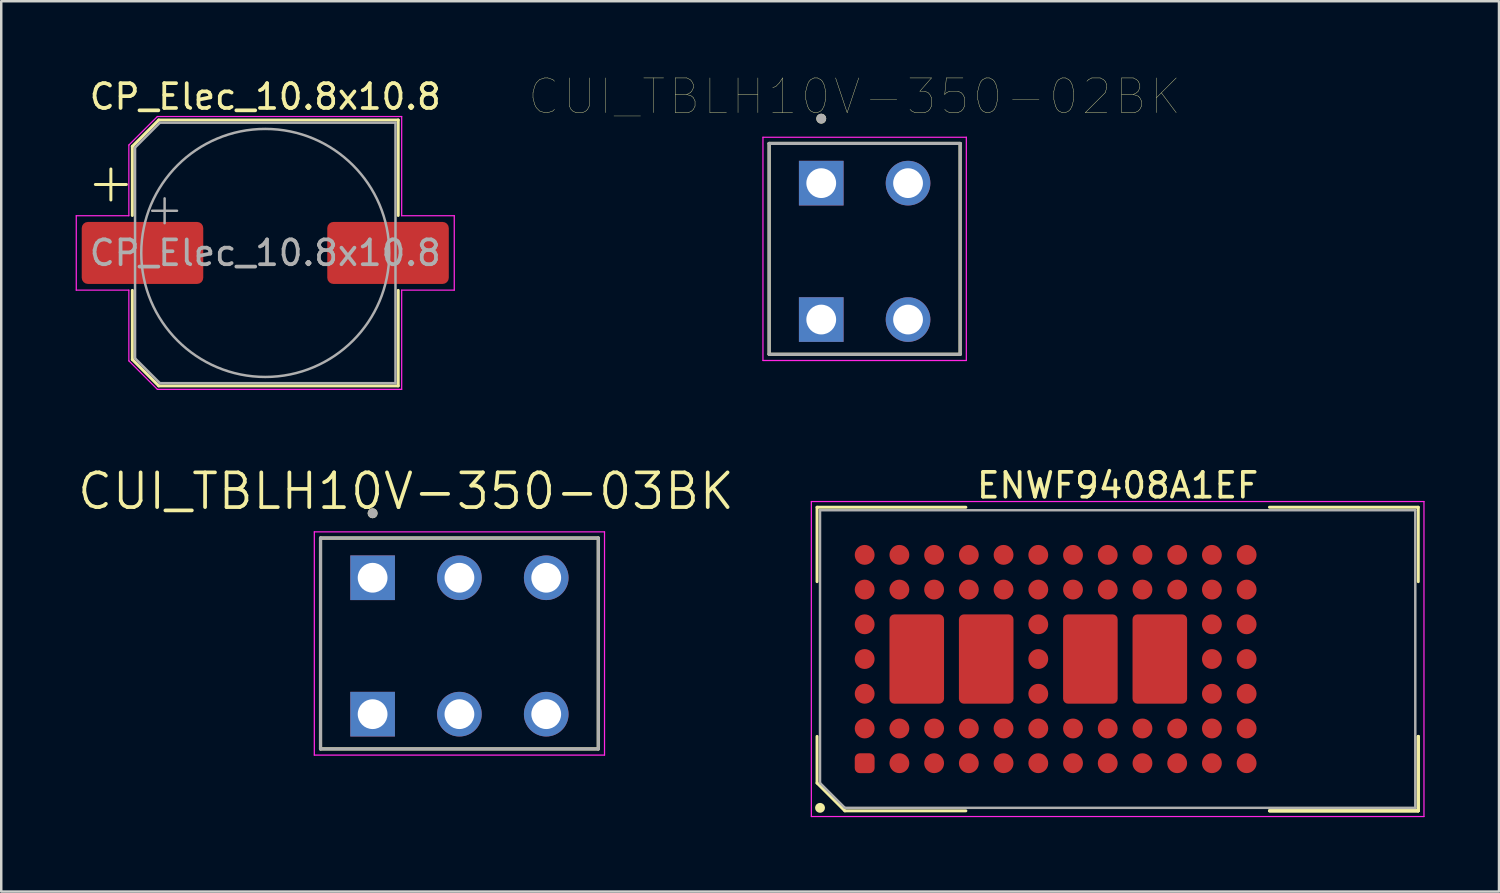
<source format=kicad_pcb>
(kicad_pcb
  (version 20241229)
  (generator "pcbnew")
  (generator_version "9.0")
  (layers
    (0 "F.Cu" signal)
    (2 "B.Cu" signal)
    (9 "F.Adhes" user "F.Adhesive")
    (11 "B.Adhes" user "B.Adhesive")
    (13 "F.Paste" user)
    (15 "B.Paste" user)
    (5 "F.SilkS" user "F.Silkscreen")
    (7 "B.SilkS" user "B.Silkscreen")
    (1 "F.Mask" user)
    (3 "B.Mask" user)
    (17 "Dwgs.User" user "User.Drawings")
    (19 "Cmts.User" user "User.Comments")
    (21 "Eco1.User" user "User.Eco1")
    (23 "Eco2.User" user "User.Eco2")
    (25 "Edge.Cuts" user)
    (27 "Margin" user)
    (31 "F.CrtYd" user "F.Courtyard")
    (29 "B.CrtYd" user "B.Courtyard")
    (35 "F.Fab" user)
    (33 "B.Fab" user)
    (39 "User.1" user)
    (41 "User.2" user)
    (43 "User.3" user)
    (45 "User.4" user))
  (footprint "CUI_TBLH10V-350-03BK"
    (layer "F.Cu")
    (at 11.973 20.244)
    (property "Reference" "CUI_TBLH10V-350-03BK" (at 1.345 -3.489 0) (layer "F.SilkS") (effects (font (size 1.4 1.4) (thickness 0.15))))
    (attr through_hole)
    (fp_line (start -2.1 -1.6) (end 9.1 -1.6) (stroke (width 0.127) (type solid)) (layer "F.SilkS"))
    (fp_line (start -2.1 6.9) (end -2.1 -1.6) (stroke (width 0.127) (type solid)) (layer "F.SilkS"))
    (fp_line (start 9.1 -1.6) (end 9.1 6.9) (stroke (width 0.127) (type solid)) (layer "F.SilkS"))
    (fp_line (start 9.1 6.9) (end -2.1 6.9) (stroke (width 0.127) (type solid)) (layer "F.SilkS"))
    (fp_circle (center 0 -2.6) (end 0.1 -2.6) (stroke (width 0.2) (type solid)) (fill no) (layer "F.SilkS"))
    (fp_line (start -2.35 -1.85) (end 9.35 -1.85) (stroke (width 0.05) (type solid)) (layer "F.CrtYd"))
    (fp_line (start -2.35 7.15) (end -2.35 -1.85) (stroke (width 0.05) (type solid)) (layer "F.CrtYd"))
    (fp_line (start 9.35 -1.85) (end 9.35 7.15) (stroke (width 0.05) (type solid)) (layer "F.CrtYd"))
    (fp_line (start 9.35 7.15) (end -2.35 7.15) (stroke (width 0.05) (type solid)) (layer "F.CrtYd"))
    (fp_line (start -2.1 -1.6) (end 9.1 -1.6) (stroke (width 0.127) (type solid)) (layer "F.Fab"))
    (fp_line (start -2.1 6.9) (end -2.1 -1.6) (stroke (width 0.127) (type solid)) (layer "F.Fab"))
    (fp_line (start 9.1 -1.6) (end 9.1 6.9) (stroke (width 0.127) (type solid)) (layer "F.Fab"))
    (fp_line (start 9.1 6.9) (end -2.1 6.9) (stroke (width 0.127) (type solid)) (layer "F.Fab"))
    (fp_circle (center 0 -2.6) (end 0.1 -2.6) (stroke (width 0.2) (type solid)) (fill no) (layer "F.Fab"))
    (pad "1" thru_hole rect (at 0 0) (size 1.8 1.8) (drill 1.2) (layers "*.Cu" "*.Mask"))
    (pad "1" thru_hole rect (at 0 5.5) (size 1.8 1.8) (drill 1.2) (layers "*.Cu" "*.Mask"))
    (pad "2" thru_hole circle (at 3.5 0) (size 1.8 1.8) (drill 1.2) (layers "*.Cu" "*.Mask"))
    (pad "2" thru_hole circle (at 3.5 5.5) (size 1.8 1.8) (drill 1.2) (layers "*.Cu" "*.Mask"))
    (pad "3" thru_hole circle (at 7 0) (size 1.8 1.8) (drill 1.2) (layers "*.Cu" "*.Mask"))
    (pad "3" thru_hole circle (at 7 5.5) (size 1.8 1.8) (drill 1.2) (layers "*.Cu" "*.Mask")))
  (footprint "ENWF9408A1EF"
    (layer "F.Cu")
    (at 42.012 23.521)
    (property "Reference" "ENWF9408A1EF" (at 0 -7 0) (layer "F.SilkS") (effects (font (size 1 1) (thickness 0.15))))
    (attr through_hole)
    (fp_line (start -12.12 -6.12) (end -12.12 -3.12) (stroke (width 0.12) (type solid)) (layer "F.SilkS"))
    (fp_line (start -12.12 5) (end -12.12 3.12) (stroke (width 0.12) (type solid)) (layer "F.SilkS"))
    (fp_line (start -11 6.12) (end -12.12 5) (stroke (width 0.12) (type solid)) (layer "F.SilkS"))
    (fp_line (start -6.12 -6.12) (end -12.12 -6.12) (stroke (width 0.12) (type solid)) (layer "F.SilkS"))
    (fp_line (start -6.12 6.12) (end -11 6.12) (stroke (width 0.12) (type solid)) (layer "F.SilkS"))
    (fp_line (start 6.12 -6.12) (end 12.12 -6.12) (stroke (width 0.12) (type solid)) (layer "F.SilkS"))
    (fp_line (start 6.12 6.12) (end 12.12 6.12) (stroke (width 0.12) (type solid)) (layer "F.SilkS"))
    (fp_line (start 6.12 6.12) (end 12.12 6.12) (stroke (width 0.12) (type solid)) (layer "F.SilkS"))
    (fp_line (start 6.12 6.12) (end 12.12 6.12) (stroke (width 0.12) (type solid)) (layer "F.SilkS"))
    (fp_line (start 12.12 -6.12) (end 12.12 -3.12) (stroke (width 0.12) (type solid)) (layer "F.SilkS"))
    (fp_line (start 12.12 6.12) (end 12.12 3.12) (stroke (width 0.12) (type solid)) (layer "F.SilkS"))
    (fp_line (start 12.12 6.12) (end 12.12 3.12) (stroke (width 0.12) (type solid)) (layer "F.SilkS"))
    (fp_line (start 12.12 6.12) (end 12.12 3.12) (stroke (width 0.12) (type solid)) (layer "F.SilkS"))
    (fp_circle (center -12 6) (end -12 5.9) (stroke (width 0.2) (type solid)) (fill no) (layer "F.SilkS"))
    (fp_line (start -12.35 -6.35) (end -12.35 6.35) (stroke (width 0.05) (type solid)) (layer "F.CrtYd"))
    (fp_line (start -12.35 6.35) (end 12.35 6.35) (stroke (width 0.05) (type solid)) (layer "F.CrtYd"))
    (fp_line (start 12.35 -6.35) (end -12.35 -6.35) (stroke (width 0.05) (type solid)) (layer "F.CrtYd"))
    (fp_line (start 12.35 6.35) (end 12.35 -6.35) (stroke (width 0.05) (type solid)) (layer "F.CrtYd"))
    (fp_line (start -12 -6) (end 12 -6) (stroke (width 0.1) (type solid)) (layer "F.Fab"))
    (fp_line (start -12 5) (end -12 -6) (stroke (width 0.1) (type solid)) (layer "F.Fab"))
    (fp_line (start -11 6) (end -12 5) (stroke (width 0.1) (type solid)) (layer "F.Fab"))
    (fp_line (start 12 -6) (end 12 6) (stroke (width 0.1) (type solid)) (layer "F.Fab"))
    (fp_line (start 12 6) (end -11 6) (stroke (width 0.1) (type solid)) (layer "F.Fab"))
    (pad "A1" smd roundrect (at -10.2 4.2 180) (size 0.8 0.8) (layers "F.Cu" "F.Mask" "F.Paste") (roundrect_rratio 0.25))
    (pad "A2" smd circle (at -8.8 4.2 180) (size 0.8 0.8) (layers "F.Cu" "F.Mask" "F.Paste"))
    (pad "A3" smd circle (at -7.4 4.2 180) (size 0.8 0.8) (layers "F.Cu" "F.Mask" "F.Paste"))
    (pad "A4" smd circle (at -6 4.2 180) (size 0.8 0.8) (layers "F.Cu" "F.Mask" "F.Paste"))
    (pad "A5" smd circle (at -4.6 4.2 180) (size 0.8 0.8) (layers "F.Cu" "F.Mask" "F.Paste"))
    (pad "A6" smd circle (at -3.2 4.2 180) (size 0.8 0.8) (layers "F.Cu" "F.Mask" "F.Paste"))
    (pad "A7" smd circle (at -1.8 4.2 180) (size 0.8 0.8) (layers "F.Cu" "F.Mask" "F.Paste"))
    (pad "A8" smd circle (at -0.4 4.2 180) (size 0.8 0.8) (layers "F.Cu" "F.Mask" "F.Paste"))
    (pad "A9" smd circle (at 1 4.2 180) (size 0.8 0.8) (layers "F.Cu" "F.Mask" "F.Paste"))
    (pad "A10" smd circle (at 2.4 4.2 180) (size 0.8 0.8) (layers "F.Cu" "F.Mask" "F.Paste"))
    (pad "A11" smd circle (at 3.8 4.2 180) (size 0.8 0.8) (layers "F.Cu" "F.Mask" "F.Paste"))
    (pad "A12" smd circle (at 5.2 4.2 180) (size 0.8 0.8) (layers "F.Cu" "F.Mask" "F.Paste"))
    (pad "B1" smd circle (at -10.2 2.8 180) (size 0.8 0.8) (layers "F.Cu" "F.Mask" "F.Paste"))
    (pad "B2" smd circle (at -8.8 2.8 180) (size 0.8 0.8) (layers "F.Cu" "F.Mask" "F.Paste"))
    (pad "B3" smd circle (at -7.4 2.8 180) (size 0.8 0.8) (layers "F.Cu" "F.Mask" "F.Paste"))
    (pad "B4" smd circle (at -6 2.8 180) (size 0.8 0.8) (layers "F.Cu" "F.Mask" "F.Paste"))
    (pad "B5" smd circle (at -4.6 2.8 180) (size 0.8 0.8) (layers "F.Cu" "F.Mask" "F.Paste"))
    (pad "B6" smd circle (at -3.2 2.8 180) (size 0.8 0.8) (layers "F.Cu" "F.Mask" "F.Paste"))
    (pad "B7" smd circle (at -1.8 2.8 180) (size 0.8 0.8) (layers "F.Cu" "F.Mask" "F.Paste"))
    (pad "B8" smd circle (at -0.4 2.8 180) (size 0.8 0.8) (layers "F.Cu" "F.Mask" "F.Paste"))
    (pad "B9" smd circle (at 1 2.8 180) (size 0.8 0.8) (layers "F.Cu" "F.Mask" "F.Paste"))
    (pad "B10" smd circle (at 2.4 2.8 180) (size 0.8 0.8) (layers "F.Cu" "F.Mask" "F.Paste"))
    (pad "B11" smd circle (at 3.8 2.8 180) (size 0.8 0.8) (layers "F.Cu" "F.Mask" "F.Paste"))
    (pad "B12" smd circle (at 5.2 2.8 180) (size 0.8 0.8) (layers "F.Cu" "F.Mask" "F.Paste"))
    (pad "C1" smd circle (at -10.2 1.4 180) (size 0.8 0.8) (layers "F.Cu" "F.Mask" "F.Paste"))
    (pad "C6" smd circle (at -3.2 1.4 180) (size 0.8 0.8) (layers "F.Cu" "F.Mask" "F.Paste"))
    (pad "C11" smd circle (at 3.8 1.4 180) (size 0.8 0.8) (layers "F.Cu" "F.Mask" "F.Paste"))
    (pad "C12" smd circle (at 5.2 1.4 180) (size 0.8 0.8) (layers "F.Cu" "F.Mask" "F.Paste"))
    (pad "D1" smd circle (at -10.2 0 180) (size 0.8 0.8) (layers "F.Cu" "F.Mask" "F.Paste"))
    (pad "D6" smd circle (at -3.2 0 180) (size 0.8 0.8) (layers "F.Cu" "F.Mask" "F.Paste"))
    (pad "D11" smd circle (at 3.8 0 180) (size 0.8 0.8) (layers "F.Cu" "F.Mask" "F.Paste"))
    (pad "D12" smd circle (at 5.2 0 180) (size 0.8 0.8) (layers "F.Cu" "F.Mask" "F.Paste"))
    (pad "E1" smd circle (at -10.2 -1.4 180) (size 0.8 0.8) (layers "F.Cu" "F.Mask" "F.Paste"))
    (pad "E6" smd circle (at -3.2 -1.4 180) (size 0.8 0.8) (layers "F.Cu" "F.Mask" "F.Paste"))
    (pad "E11" smd circle (at 3.8 -1.4 180) (size 0.8 0.8) (layers "F.Cu" "F.Mask" "F.Paste"))
    (pad "E12" smd circle (at 5.2 -1.4 180) (size 0.8 0.8) (layers "F.Cu" "F.Mask" "F.Paste"))
    (pad "EP1" smd roundrect (at -8.1 0 180) (size 2.2 3.6) (layers "F.Cu" "F.Mask" "F.Paste") (roundrect_rratio 0.091))
    (pad "EP2" smd roundrect (at -5.3 0 180) (size 2.2 3.6) (layers "F.Cu" "F.Mask" "F.Paste") (roundrect_rratio 0.091))
    (pad "EP3" smd roundrect (at -1.1 0 180) (size 2.2 3.6) (layers "F.Cu" "F.Mask" "F.Paste") (roundrect_rratio 0.091))
    (pad "EP4" smd roundrect (at 1.7 0 180) (size 2.2 3.6) (layers "F.Cu" "F.Mask" "F.Paste") (roundrect_rratio 0.091))
    (pad "F1" smd circle (at -10.2 -2.8 180) (size 0.8 0.8) (layers "F.Cu" "F.Mask" "F.Paste"))
    (pad "F2" smd circle (at -8.8 -2.8 180) (size 0.8 0.8) (layers "F.Cu" "F.Mask" "F.Paste"))
    (pad "F3" smd circle (at -7.4 -2.8 180) (size 0.8 0.8) (layers "F.Cu" "F.Mask" "F.Paste"))
    (pad "F4" smd circle (at -6 -2.8 180) (size 0.8 0.8) (layers "F.Cu" "F.Mask" "F.Paste"))
    (pad "F5" smd circle (at -4.6 -2.8 180) (size 0.8 0.8) (layers "F.Cu" "F.Mask" "F.Paste"))
    (pad "F6" smd circle (at -3.2 -2.8 180) (size 0.8 0.8) (layers "F.Cu" "F.Mask" "F.Paste"))
    (pad "F7" smd circle (at -1.8 -2.8 180) (size 0.8 0.8) (layers "F.Cu" "F.Mask" "F.Paste"))
    (pad "F8" smd circle (at -0.4 -2.8 180) (size 0.8 0.8) (layers "F.Cu" "F.Mask" "F.Paste"))
    (pad "F9" smd circle (at 1 -2.8 180) (size 0.8 0.8) (layers "F.Cu" "F.Mask" "F.Paste"))
    (pad "F10" smd circle (at 2.4 -2.8 180) (size 0.8 0.8) (layers "F.Cu" "F.Mask" "F.Paste"))
    (pad "F11" smd circle (at 3.8 -2.8 180) (size 0.8 0.8) (layers "F.Cu" "F.Mask" "F.Paste"))
    (pad "F12" smd circle (at 5.2 -2.8 180) (size 0.8 0.8) (layers "F.Cu" "F.Mask" "F.Paste"))
    (pad "G1" smd circle (at -10.2 -4.2 180) (size 0.8 0.8) (layers "F.Cu" "F.Mask" "F.Paste"))
    (pad "G2" smd circle (at -8.8 -4.2 180) (size 0.8 0.8) (layers "F.Cu" "F.Mask" "F.Paste"))
    (pad "G3" smd circle (at -7.4 -4.2 180) (size 0.8 0.8) (layers "F.Cu" "F.Mask" "F.Paste"))
    (pad "G4" smd circle (at -6 -4.2 180) (size 0.8 0.8) (layers "F.Cu" "F.Mask" "F.Paste"))
    (pad "G5" smd circle (at -4.6 -4.2 180) (size 0.8 0.8) (layers "F.Cu" "F.Mask" "F.Paste"))
    (pad "G6" smd circle (at -3.2 -4.2 180) (size 0.8 0.8) (layers "F.Cu" "F.Mask" "F.Paste"))
    (pad "G7" smd circle (at -1.8 -4.2 180) (size 0.8 0.8) (layers "F.Cu" "F.Mask" "F.Paste"))
    (pad "G8" smd circle (at -0.4 -4.2 180) (size 0.8 0.8) (layers "F.Cu" "F.Mask" "F.Paste"))
    (pad "G9" smd circle (at 1 -4.2 180) (size 0.8 0.8) (layers "F.Cu" "F.Mask" "F.Paste"))
    (pad "G10" smd circle (at 2.4 -4.2 180) (size 0.8 0.8) (layers "F.Cu" "F.Mask" "F.Paste"))
    (pad "G11" smd circle (at 3.8 -4.2 180) (size 0.8 0.8) (layers "F.Cu" "F.Mask" "F.Paste"))
    (pad "G12" smd circle (at 5.2 -4.2 180) (size 0.8 0.8) (layers "F.Cu" "F.Mask" "F.Paste"))
    (zone (net_name "") (layers "F.Cu" "B.Cu" "F.SilkS") (hatch edge 0.508) (connect_pads) (min_thickness 0.254) (filled_areas_thickness no) (keepout (tracks not_allowed) (vias not_allowed) (pads not_allowed) (copperpour not_allowed) (footprints not_allowed)) (placement (enabled no)) (fill) (polygon (pts (xy 54.012 28.521) (xy 49.012 28.521) (xy 49.012 20.521) (xy 54.012 20.521)))))
  (footprint "CUI_TBLH10V-350-02BK"
    (layer "F.Cu")
    (at 30.061 4.334)
    (property "Reference" "CUI_TBLH10V-350-02BK" (at 1.345 -3.489 0) (layer "F.SilkS") (effects (font (size 1.4 1.4) (thickness 0.015))))
    (attr through_hole)
    (fp_line (start -2.1 -1.6) (end 5.6 -1.6) (stroke (width 0.127) (type solid)) (layer "F.SilkS"))
    (fp_line (start -2.1 6.9) (end -2.1 -1.6) (stroke (width 0.127) (type solid)) (layer "F.SilkS"))
    (fp_line (start 5.6 -1.6) (end 5.6 6.9) (stroke (width 0.127) (type solid)) (layer "F.SilkS"))
    (fp_line (start 5.6 6.9) (end -2.1 6.9) (stroke (width 0.127) (type solid)) (layer "F.SilkS"))
    (fp_circle (center 0 -2.6) (end 0.1 -2.6) (stroke (width 0.2) (type solid)) (fill no) (layer "F.SilkS"))
    (fp_line (start -2.35 -1.85) (end 5.85 -1.85) (stroke (width 0.05) (type solid)) (layer "F.CrtYd"))
    (fp_line (start -2.35 7.15) (end -2.35 -1.85) (stroke (width 0.05) (type solid)) (layer "F.CrtYd"))
    (fp_line (start 5.85 -1.85) (end 5.85 7.15) (stroke (width 0.05) (type solid)) (layer "F.CrtYd"))
    (fp_line (start 5.85 7.15) (end -2.35 7.15) (stroke (width 0.05) (type solid)) (layer "F.CrtYd"))
    (fp_line (start -2.1 -1.6) (end 5.6 -1.6) (stroke (width 0.127) (type solid)) (layer "F.Fab"))
    (fp_line (start -2.1 6.9) (end -2.1 -1.6) (stroke (width 0.127) (type solid)) (layer "F.Fab"))
    (fp_line (start 5.6 -1.6) (end 5.6 6.9) (stroke (width 0.127) (type solid)) (layer "F.Fab"))
    (fp_line (start 5.6 6.9) (end -2.1 6.9) (stroke (width 0.127) (type solid)) (layer "F.Fab"))
    (fp_circle (center 0 -2.6) (end 0.1 -2.6) (stroke (width 0.2) (type solid)) (fill no) (layer "F.Fab"))
    (pad "1" thru_hole rect (at 0 0) (size 1.8 1.8) (drill 1.2) (layers "*.Cu" "*.Mask"))
    (pad "1" thru_hole rect (at 0 5.5) (size 1.8 1.8) (drill 1.2) (layers "*.Cu" "*.Mask"))
    (pad "2" thru_hole circle (at 3.5 0) (size 1.8 1.8) (drill 1.2) (layers "*.Cu" "*.Mask"))
    (pad "2" thru_hole circle (at 3.5 5.5) (size 1.8 1.8) (drill 1.2) (layers "*.Cu" "*.Mask")))
  (footprint "CP_Elec_10.8x10.8"
    (layer "F.Cu")
    (at 7.645 7.148)
    (property "Reference" "CP_Elec_10.8x10.8" (at 0 -6.3 0) (layer "F.SilkS") (effects (font (size 1 1) (thickness 0.15))))
    (attr smd)
    (fp_line (start -6.85 -2.76) (end -5.6 -2.76) (stroke (width 0.12) (type solid)) (layer "F.SilkS"))
    (fp_line (start -6.225 -3.385) (end -6.225 -2.135) (stroke (width 0.12) (type solid)) (layer "F.SilkS"))
    (fp_line (start -5.36 -4.296) (end -5.36 -1.51) (stroke (width 0.12) (type solid)) (layer "F.SilkS"))
    (fp_line (start -5.36 -4.296) (end -4.296 -5.36) (stroke (width 0.12) (type solid)) (layer "F.SilkS"))
    (fp_line (start -5.36 4.296) (end -5.36 1.51) (stroke (width 0.12) (type solid)) (layer "F.SilkS"))
    (fp_line (start -5.36 4.296) (end -4.296 5.36) (stroke (width 0.12) (type solid)) (layer "F.SilkS"))
    (fp_line (start -4.296 -5.36) (end 5.36 -5.36) (stroke (width 0.12) (type solid)) (layer "F.SilkS"))
    (fp_line (start -4.296 5.36) (end 5.36 5.36) (stroke (width 0.12) (type solid)) (layer "F.SilkS"))
    (fp_line (start 5.36 -5.36) (end 5.36 -1.51) (stroke (width 0.12) (type solid)) (layer "F.SilkS"))
    (fp_line (start 5.36 5.36) (end 5.36 1.51) (stroke (width 0.12) (type solid)) (layer "F.SilkS"))
    (fp_line (start -7.62 -1.5) (end -7.62 1.5) (stroke (width 0.05) (type solid)) (layer "F.CrtYd"))
    (fp_line (start -7.62 1.5) (end -5.5 1.5) (stroke (width 0.05) (type solid)) (layer "F.CrtYd"))
    (fp_line (start -5.5 -4.35) (end -5.5 -1.5) (stroke (width 0.05) (type solid)) (layer "F.CrtYd"))
    (fp_line (start -5.5 -4.35) (end -4.35 -5.5) (stroke (width 0.05) (type solid)) (layer "F.CrtYd"))
    (fp_line (start -5.5 -1.5) (end -7.62 -1.5) (stroke (width 0.05) (type solid)) (layer "F.CrtYd"))
    (fp_line (start -5.5 1.5) (end -5.5 4.35) (stroke (width 0.05) (type solid)) (layer "F.CrtYd"))
    (fp_line (start -5.5 4.35) (end -4.35 5.5) (stroke (width 0.05) (type solid)) (layer "F.CrtYd"))
    (fp_line (start -4.35 -5.5) (end 5.5 -5.5) (stroke (width 0.05) (type solid)) (layer "F.CrtYd"))
    (fp_line (start -4.35 5.5) (end 5.5 5.5) (stroke (width 0.05) (type solid)) (layer "F.CrtYd"))
    (fp_line (start 5.5 -5.5) (end 5.5 -1.5) (stroke (width 0.05) (type solid)) (layer "F.CrtYd"))
    (fp_line (start 5.5 -1.5) (end 7.62 -1.5) (stroke (width 0.05) (type solid)) (layer "F.CrtYd"))
    (fp_line (start 5.5 1.5) (end 5.5 5.5) (stroke (width 0.05) (type solid)) (layer "F.CrtYd"))
    (fp_line (start 7.62 -1.5) (end 7.62 1.5) (stroke (width 0.05) (type solid)) (layer "F.CrtYd"))
    (fp_line (start 7.62 1.5) (end 5.5 1.5) (stroke (width 0.05) (type solid)) (layer "F.CrtYd"))
    (fp_line (start -5.25 -4.25) (end -5.25 4.25) (stroke (width 0.1) (type solid)) (layer "F.Fab"))
    (fp_line (start -5.25 -4.25) (end -4.25 -5.25) (stroke (width 0.1) (type solid)) (layer "F.Fab"))
    (fp_line (start -5.25 4.25) (end -4.25 5.25) (stroke (width 0.1) (type solid)) (layer "F.Fab"))
    (fp_line (start -4.558 -1.7) (end -3.558 -1.7) (stroke (width 0.1) (type solid)) (layer "F.Fab"))
    (fp_line (start -4.25 -5.25) (end 5.25 -5.25) (stroke (width 0.1) (type solid)) (layer "F.Fab"))
    (fp_line (start -4.25 5.25) (end 5.25 5.25) (stroke (width 0.1) (type solid)) (layer "F.Fab"))
    (fp_line (start -4.058 -2.2) (end -4.058 -1.2) (stroke (width 0.1) (type solid)) (layer "F.Fab"))
    (fp_line (start 5.25 -5.25) (end 5.25 5.25) (stroke (width 0.1) (type solid)) (layer "F.Fab"))
    (fp_circle (center 0 0) (end 5 0) (stroke (width 0.1) (type solid)) (fill no) (layer "F.Fab"))
    (fp_text user "${REFERENCE}" (at 0 0 0) (layer "F.Fab") (effects (font (size 1 1) (thickness 0.15))))
    (pad "1" smd roundrect (at -4.95 0) (size 4.9 2.5) (layers "F.Cu" "F.Mask" "F.Paste") (roundrect_rratio 0.1))
    (pad "2" smd roundrect (at 4.95 0) (size 4.9 2.5) (layers "F.Cu" "F.Mask" "F.Paste") (roundrect_rratio 0.1)))
  (gr_rect
    (start -3 -3)
    (end 57.387 32.897)
    (stroke (width 0.1) (type default))
    (fill no)
    (layer "Edge.Cuts")))
</source>
